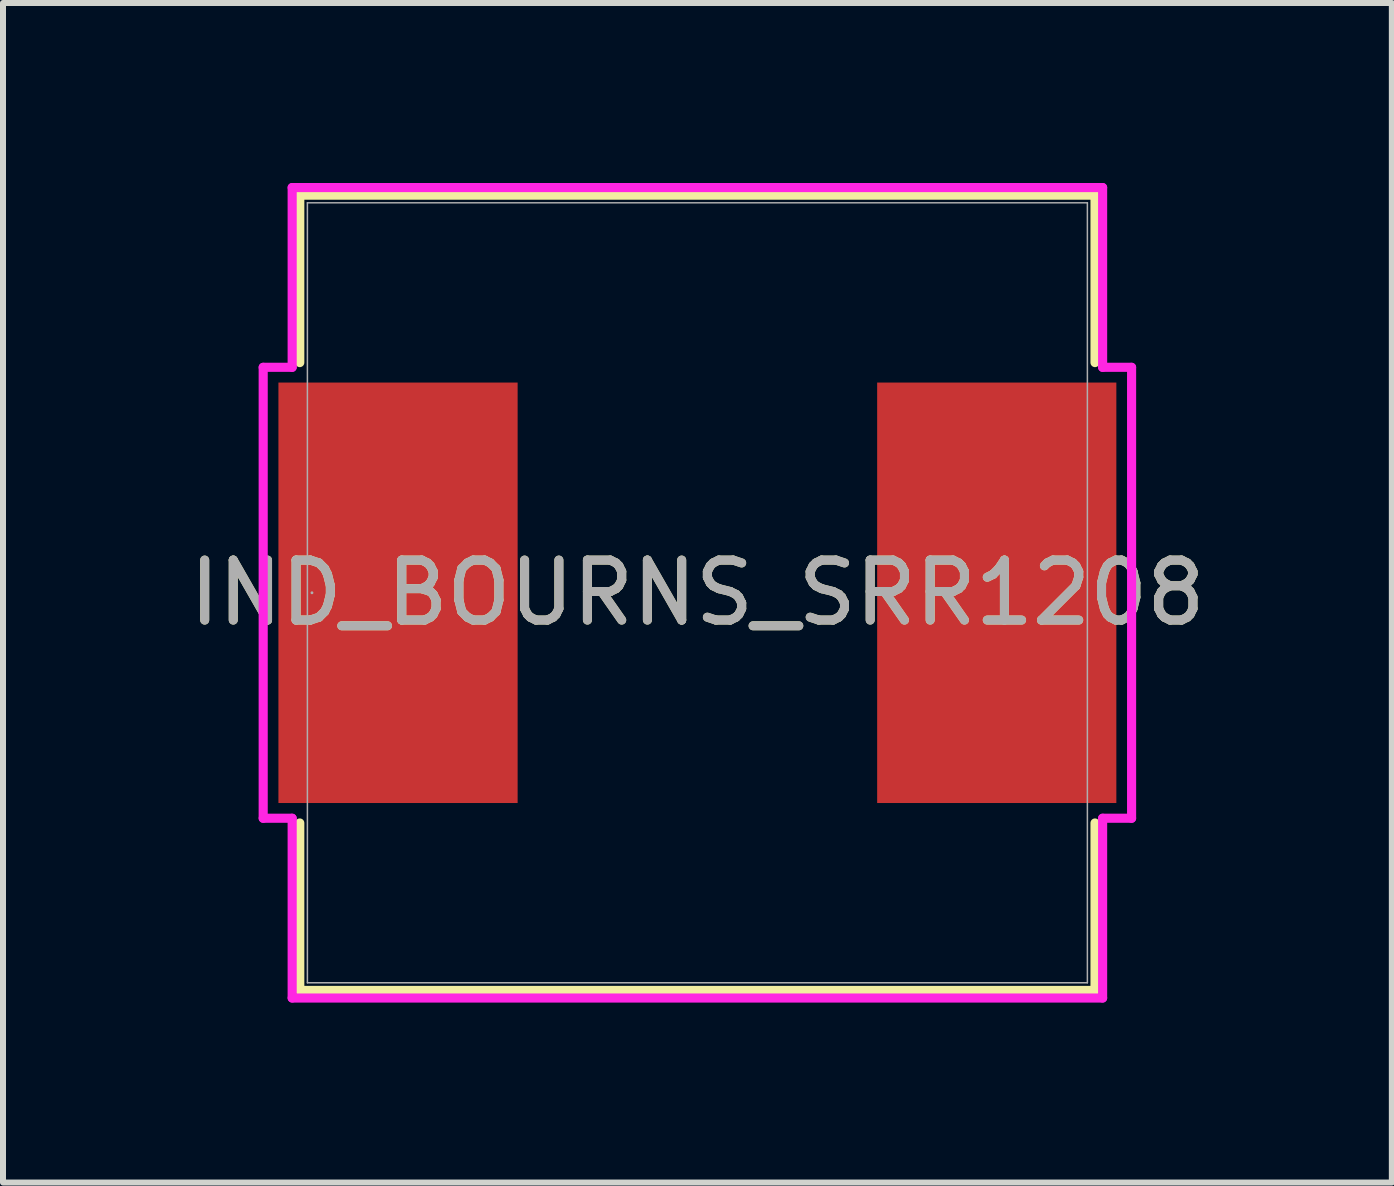
<source format=kicad_pcb>
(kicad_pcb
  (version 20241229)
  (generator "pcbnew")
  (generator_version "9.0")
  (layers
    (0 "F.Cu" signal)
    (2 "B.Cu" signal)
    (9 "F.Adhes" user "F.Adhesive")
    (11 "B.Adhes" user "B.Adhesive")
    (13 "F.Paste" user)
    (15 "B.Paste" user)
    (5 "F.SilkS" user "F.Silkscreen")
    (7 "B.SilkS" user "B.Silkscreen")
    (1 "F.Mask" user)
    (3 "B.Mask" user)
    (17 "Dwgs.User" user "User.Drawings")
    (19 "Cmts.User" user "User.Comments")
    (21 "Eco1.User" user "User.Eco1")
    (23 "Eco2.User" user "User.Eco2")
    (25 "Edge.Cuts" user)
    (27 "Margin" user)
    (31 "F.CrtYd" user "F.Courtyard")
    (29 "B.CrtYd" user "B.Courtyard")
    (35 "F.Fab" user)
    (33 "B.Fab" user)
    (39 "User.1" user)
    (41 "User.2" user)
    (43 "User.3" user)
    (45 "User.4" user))
  (footprint "IND_BOURNS_SRR1208"
    (layer "F.Cu")
    (at 8.577 6.833)
    (property "Reference" "IND_BOURNS_SRR1208" (at 0 0 0) (unlocked yes) (layer "F.SilkS") (effects (font (size 1 1) (thickness 0.15))))
    (attr smd)
    (fp_line (start -6.629 -6.629) (end -6.629 -3.838) (stroke (width 0.152) (type solid)) (layer "F.SilkS"))
    (fp_line (start -6.629 3.838) (end -6.629 6.629) (stroke (width 0.152) (type solid)) (layer "F.SilkS"))
    (fp_line (start -6.629 6.629) (end 6.629 6.629) (stroke (width 0.152) (type solid)) (layer "F.SilkS"))
    (fp_line (start 6.629 -6.629) (end -6.629 -6.629) (stroke (width 0.152) (type solid)) (layer "F.SilkS"))
    (fp_line (start 6.629 -3.838) (end 6.629 -6.629) (stroke (width 0.152) (type solid)) (layer "F.SilkS"))
    (fp_line (start 6.629 6.629) (end 6.629 3.838) (stroke (width 0.152) (type solid)) (layer "F.SilkS"))
    (fp_line (start -7.239 -3.759) (end -6.756 -3.759) (stroke (width 0.152) (type solid)) (layer "F.CrtYd"))
    (fp_line (start -7.239 3.759) (end -7.239 -3.759) (stroke (width 0.152) (type solid)) (layer "F.CrtYd"))
    (fp_line (start -6.756 -6.756) (end 6.756 -6.756) (stroke (width 0.152) (type solid)) (layer "F.CrtYd"))
    (fp_line (start -6.756 -3.759) (end -6.756 -6.756) (stroke (width 0.152) (type solid)) (layer "F.CrtYd"))
    (fp_line (start -6.756 3.759) (end -7.239 3.759) (stroke (width 0.152) (type solid)) (layer "F.CrtYd"))
    (fp_line (start -6.756 6.756) (end -6.756 3.759) (stroke (width 0.152) (type solid)) (layer "F.CrtYd"))
    (fp_line (start 6.756 -6.756) (end 6.756 -3.759) (stroke (width 0.152) (type solid)) (layer "F.CrtYd"))
    (fp_line (start 6.756 -3.759) (end 7.239 -3.759) (stroke (width 0.152) (type solid)) (layer "F.CrtYd"))
    (fp_line (start 6.756 3.759) (end 6.756 6.756) (stroke (width 0.152) (type solid)) (layer "F.CrtYd"))
    (fp_line (start 6.756 6.756) (end -6.756 6.756) (stroke (width 0.152) (type solid)) (layer "F.CrtYd"))
    (fp_line (start 7.239 -3.759) (end 7.239 3.759) (stroke (width 0.152) (type solid)) (layer "F.CrtYd"))
    (fp_line (start 7.239 3.759) (end 6.756 3.759) (stroke (width 0.152) (type solid)) (layer "F.CrtYd"))
    (fp_line (start -6.502 -6.502) (end -6.502 6.502) (stroke (width 0.025) (type solid)) (layer "F.Fab"))
    (fp_line (start -6.502 6.502) (end 6.502 6.502) (stroke (width 0.025) (type solid)) (layer "F.Fab"))
    (fp_line (start 6.502 -6.502) (end -6.502 -6.502) (stroke (width 0.025) (type solid)) (layer "F.Fab"))
    (fp_line (start 6.502 6.502) (end 6.502 -6.502) (stroke (width 0.025) (type solid)) (layer "F.Fab"))
    (fp_circle (center -6.426 0) (end -6.426 0) (stroke (width 0.025) (type solid)) (fill no) (layer "F.Fab"))
    (fp_text user "${REFERENCE}" (at 0 0 0) (unlocked yes) (layer "F.Fab") (effects (font (size 1 1) (thickness 0.15))))
    (pad "1" smd rect (at -4.991 0) (size 3.988 7.01) (layers "F.Cu" "F.Mask" "F.Paste"))
    (pad "2" smd rect (at 4.991 0) (size 3.988 7.01) (layers "F.Cu" "F.Mask" "F.Paste"))
    (zone (net_name "") (layer "F.Cu") (hatch full 0.508) (connect_pads) (min_thickness 0.254) (filled_areas_thickness no) (keepout (tracks not_allowed) (vias not_allowed) (pads allowed) (copperpour not_allowed) (footprints allowed)) (placement (enabled no)) (fill) (polygon (pts (xy 5.631 0.381) (xy 11.524 0.381) (xy 11.524 13.284) (xy 5.631 13.284)))))
  (gr_rect
    (start -3 -3)
    (end 20.155 16.665)
    (stroke (width 0.1) (type default))
    (fill no)
    (layer "Edge.Cuts")))
</source>
